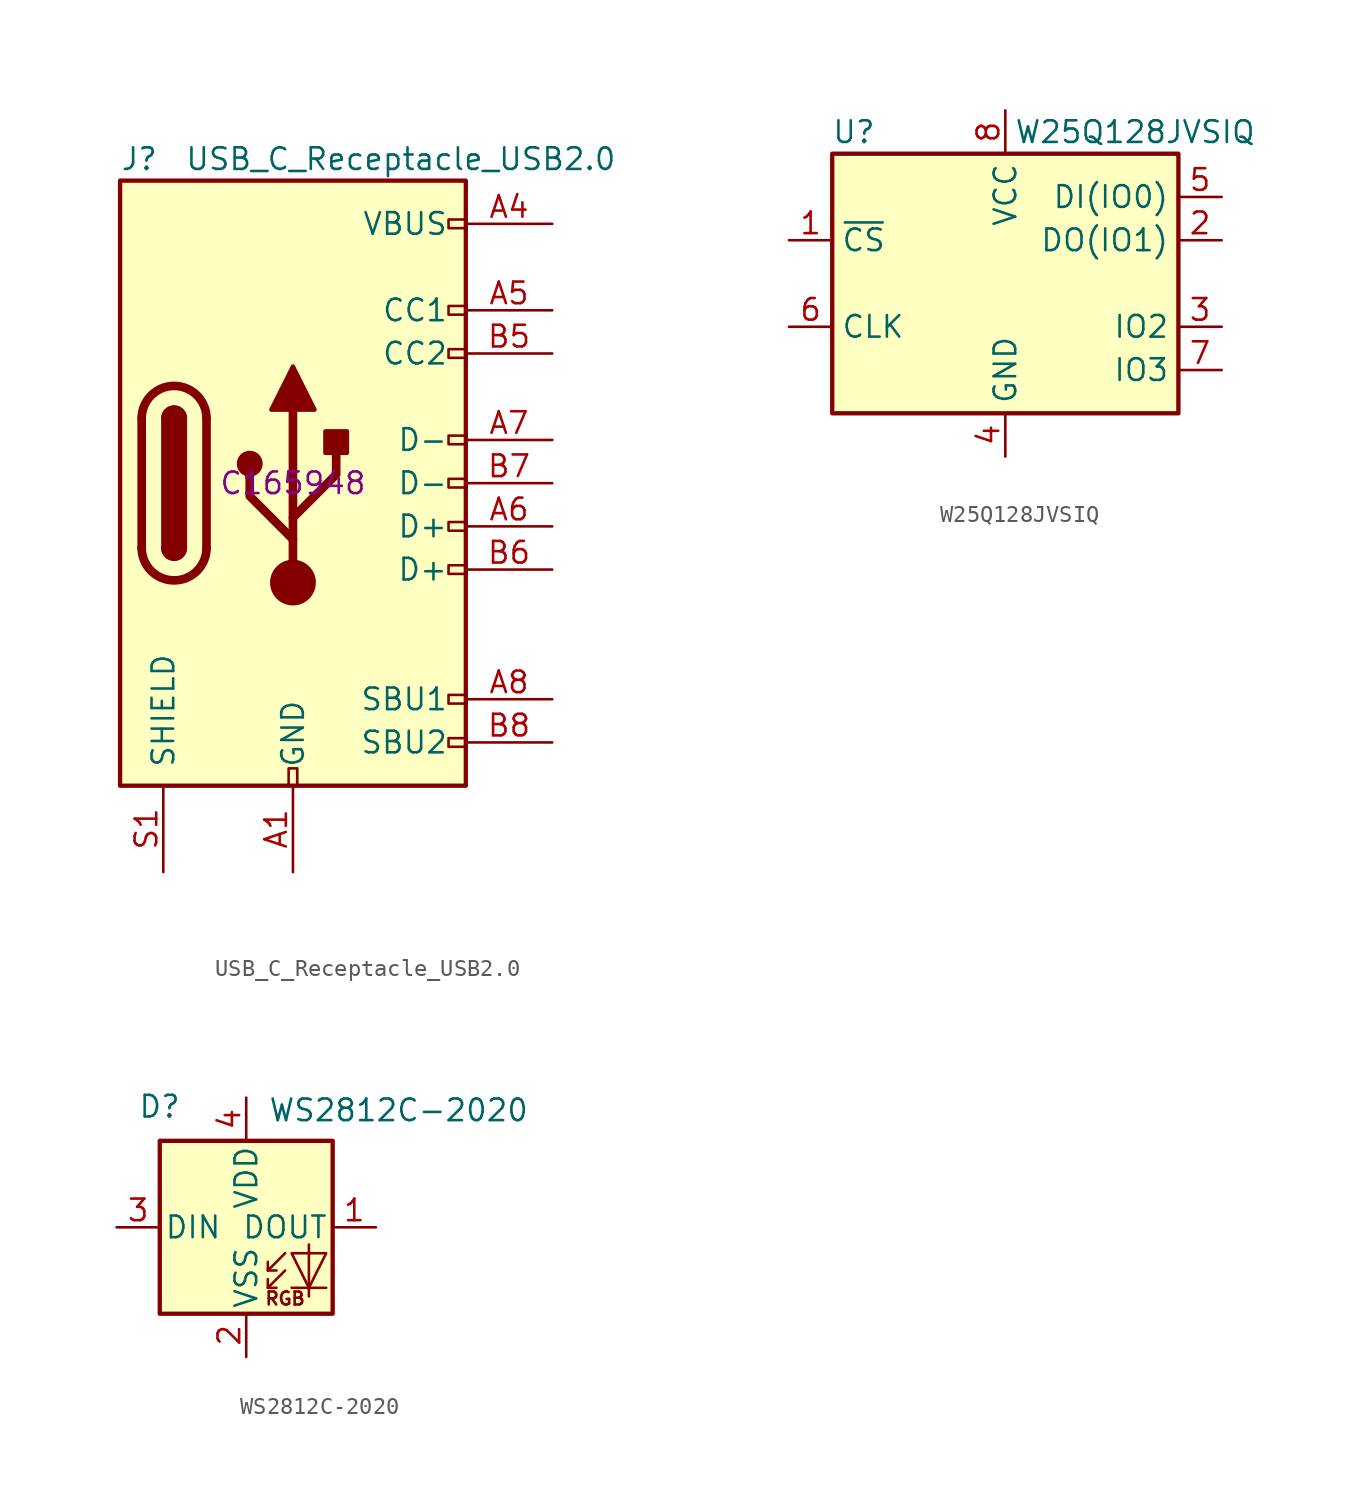
<source format=kicad_sym>
(kicad_symbol_lib
  (version 20241209)
  (generator "kicad_symbol_editor")
  (generator_version "9.0")
  (symbol "USB_C_Receptacle_USB2.0"
    (pin_names
      (offset 1.016))
    (property "Reference" "J"
      (at -10.16 19.05 0)
      (effects (font (size 1.27 1.27)) (justify left)))
    (property "Value" "USB_C_Receptacle_USB2.0"
      (at 19.05 19.05 0)
      (effects (font (size 1.27 1.27)) (justify right)))
    (property "LCSC" "C165948"
      (at 0 0 0)
      (effects (font (size 1.27 1.27))))
    (symbol "USB_C_Receptacle_USB2.0_0_0"
      (rectangle (start -0.254 -17.78) (end 0.254 -16.764) (stroke (width 0) (type default)) (fill (type none)))
      (rectangle (start 10.16 15.494) (end 9.144 14.986) (stroke (width 0) (type default)) (fill (type none)))
      (rectangle (start 10.16 10.414) (end 9.144 9.906) (stroke (width 0) (type default)) (fill (type none)))
      (rectangle (start 10.16 7.874) (end 9.144 7.366) (stroke (width 0) (type default)) (fill (type none)))
      (rectangle (start 10.16 2.794) (end 9.144 2.286) (stroke (width 0) (type default)) (fill (type none)))
      (rectangle (start 10.16 0.254) (end 9.144 -0.254) (stroke (width 0) (type default)) (fill (type none)))
      (rectangle (start 10.16 -2.286) (end 9.144 -2.794) (stroke (width 0) (type default)) (fill (type none)))
      (rectangle (start 10.16 -4.826) (end 9.144 -5.334) (stroke (width 0) (type default)) (fill (type none)))
      (rectangle (start 10.16 -12.446) (end 9.144 -12.954) (stroke (width 0) (type default)) (fill (type none)))
      (rectangle (start 10.16 -14.986) (end 9.144 -15.494) (stroke (width 0) (type default)) (fill (type none))))
    (symbol "USB_C_Receptacle_USB2.0_0_1"
      (rectangle (start -10.16 17.78) (end 10.16 -17.78) (stroke (width 0.254) (type default)) (fill (type background)))
      (polyline (pts (xy -8.89 -3.81) (xy -8.89 3.81)) (stroke (width 0.508) (type default)) (fill (type none)))
      (rectangle (start -7.62 -3.81) (end -6.35 3.81) (stroke (width 0.254) (type default)) (fill (type outline)))
      (arc (start -7.62 3.81) (mid -6.985 4.4423) (end -6.35 3.81) (stroke (width 0.254) (type default)) (fill (type none)))
      (arc (start -7.62 3.81) (mid -6.985 4.4423) (end -6.35 3.81) (stroke (width 0.254) (type default)) (fill (type outline)))
      (arc (start -8.89 3.81) (mid -6.985 5.7067) (end -5.08 3.81) (stroke (width 0.508) (type default)) (fill (type none)))
      (arc (start -5.08 -3.81) (mid -6.985 -5.7067) (end -8.89 -3.81) (stroke (width 0.508) (type default)) (fill (type none)))
      (arc (start -6.35 -3.81) (mid -6.985 -4.4423) (end -7.62 -3.81) (stroke (width 0.254) (type default)) (fill (type none)))
      (arc (start -6.35 -3.81) (mid -6.985 -4.4423) (end -7.62 -3.81) (stroke (width 0.254) (type default)) (fill (type outline)))
      (polyline (pts (xy -5.08 3.81) (xy -5.08 -3.81)) (stroke (width 0.508) (type default)) (fill (type none)))
      (circle (center -2.54 1.143) (radius 0.635) (stroke (width 0.254) (type default)) (fill (type outline)))
      (polyline (pts (xy -1.27 4.318) (xy 0 6.858) (xy 1.27 4.318) (xy -1.27 4.318)) (stroke (width 0.254) (type default)) (fill (type outline)))
      (polyline (pts (xy 0 -2.032) (xy 2.54 0.508) (xy 2.54 1.778)) (stroke (width 0.508) (type default)) (fill (type none)))
      (polyline (pts (xy 0 -3.302) (xy -2.54 -0.762) (xy -2.54 0.508)) (stroke (width 0.508) (type default)) (fill (type none)))
      (polyline (pts (xy 0 -5.842) (xy 0 4.318)) (stroke (width 0.508) (type default)) (fill (type none)))
      (circle (center 0 -5.842) (radius 1.27) (stroke (width 0) (type default)) (fill (type outline)))
      (rectangle (start 1.905 1.778) (end 3.175 3.048) (stroke (width 0.254) (type default)) (fill (type outline))))
    (symbol "USB_C_Receptacle_USB2.0_1_1"
      (pin passive line (at -7.62 -22.86 90) (length 5.08) (name "SHIELD" (effects (font (size 1.27 1.27)))) (number "S1" (effects (font (size 1.27 1.27)))))
      (pin passive line (at 0 -22.86 90) (length 5.08) (name "GND" (effects (font (size 1.27 1.27)))) (number "A1" (effects (font (size 1.27 1.27)))))
      (pin passive line (at 0 -22.86 90) (length 5.08) (hide yes) (name "GND" (effects (font (size 1.27 1.27)))) (number "A12" (effects (font (size 1.27 1.27)))))
      (pin passive line (at 0 -22.86 90) (length 5.08) (hide yes) (name "GND" (effects (font (size 1.27 1.27)))) (number "B1" (effects (font (size 1.27 1.27)))))
      (pin passive line (at 0 -22.86 90) (length 5.08) (hide yes) (name "GND" (effects (font (size 1.27 1.27)))) (number "B12" (effects (font (size 1.27 1.27)))))
      (pin passive line (at 15.24 15.24 180) (length 5.08) (name "VBUS" (effects (font (size 1.27 1.27)))) (number "A4" (effects (font (size 1.27 1.27)))))
      (pin passive line (at 15.24 15.24 180) (length 5.08) (hide yes) (name "VBUS" (effects (font (size 1.27 1.27)))) (number "A9" (effects (font (size 1.27 1.27)))))
      (pin passive line (at 15.24 15.24 180) (length 5.08) (hide yes) (name "VBUS" (effects (font (size 1.27 1.27)))) (number "B4" (effects (font (size 1.27 1.27)))))
      (pin passive line (at 15.24 15.24 180) (length 5.08) (hide yes) (name "VBUS" (effects (font (size 1.27 1.27)))) (number "B9" (effects (font (size 1.27 1.27)))))
      (pin bidirectional line (at 15.24 10.16 180) (length 5.08) (name "CC1" (effects (font (size 1.27 1.27)))) (number "A5" (effects (font (size 1.27 1.27)))))
      (pin bidirectional line (at 15.24 7.62 180) (length 5.08) (name "CC2" (effects (font (size 1.27 1.27)))) (number "B5" (effects (font (size 1.27 1.27)))))
      (pin bidirectional line (at 15.24 2.54 180) (length 5.08) (name "D-" (effects (font (size 1.27 1.27)))) (number "A7" (effects (font (size 1.27 1.27)))))
      (pin bidirectional line (at 15.24 0 180) (length 5.08) (name "D-" (effects (font (size 1.27 1.27)))) (number "B7" (effects (font (size 1.27 1.27)))))
      (pin bidirectional line (at 15.24 -2.54 180) (length 5.08) (name "D+" (effects (font (size 1.27 1.27)))) (number "A6" (effects (font (size 1.27 1.27)))))
      (pin bidirectional line (at 15.24 -5.08 180) (length 5.08) (name "D+" (effects (font (size 1.27 1.27)))) (number "B6" (effects (font (size 1.27 1.27)))))
      (pin bidirectional line (at 15.24 -12.7 180) (length 5.08) (name "SBU1" (effects (font (size 1.27 1.27)))) (number "A8" (effects (font (size 1.27 1.27)))))
      (pin bidirectional line (at 15.24 -15.24 180) (length 5.08) (name "SBU2" (effects (font (size 1.27 1.27)))) (number "B8" (effects (font (size 1.27 1.27)))))))
  (symbol "W25Q128JVSIQ"
    (property "Reference" "U"
      (at -8.89 8.89 0)
      (effects (font (size 1.27 1.27))))
    (property "Value" "W25Q128JVSIQ"
      (at 7.62 8.89 0)
      (effects (font (size 1.27 1.27))))
    (symbol "W25Q128JVSIQ_0_1"
      (rectangle (start -10.16 7.62) (end 10.16 -7.62) (stroke (width 0.254) (type default)) (fill (type background))))
    (symbol "W25Q128JVSIQ_1_1"
      (pin input line (at -12.7 2.54 0) (length 2.54) (name "~{CS}" (effects (font (size 1.27 1.27)))) (number "1" (effects (font (size 1.27 1.27)))))
      (pin input line (at -12.7 -2.54 0) (length 2.54) (name "CLK" (effects (font (size 1.27 1.27)))) (number "6" (effects (font (size 1.27 1.27)))))
      (pin power_in line (at 0 10.16 270) (length 2.54) (name "VCC" (effects (font (size 1.27 1.27)))) (number "8" (effects (font (size 1.27 1.27)))))
      (pin power_in line (at 0 -10.16 90) (length 2.54) (name "GND" (effects (font (size 1.27 1.27)))) (number "4" (effects (font (size 1.27 1.27)))))
      (pin bidirectional line (at 12.7 5.08 180) (length 2.54) (name "DI(IO0)" (effects (font (size 1.27 1.27)))) (number "5" (effects (font (size 1.27 1.27)))))
      (pin bidirectional line (at 12.7 2.54 180) (length 2.54) (name "DO(IO1)" (effects (font (size 1.27 1.27)))) (number "2" (effects (font (size 1.27 1.27)))))
      (pin bidirectional line (at 12.7 -2.54 180) (length 2.54) (name "IO2" (effects (font (size 1.27 1.27)))) (number "3" (effects (font (size 1.27 1.27)))))
      (pin bidirectional line (at 12.7 -5.08 180) (length 2.54) (name "IO3" (effects (font (size 1.27 1.27)))) (number "7" (effects (font (size 1.27 1.27)))))))
  (symbol "WS2812C-2020"
    (pin_names
      (offset 0.254))
    (property "Reference" "D"
      (at -3.81 6.35 0)
      (effects (font (size 1.27 1.27)) (justify right bottom)))
    (property "Value" "WS2812C-2020"
      (at 1.27 7.62 0)
      (effects (font (size 1.27 1.27)) (justify left top)))
    (symbol "WS2812C-2020_0_0"
      (text "RGB" (at 2.286 -4.191 0) (effects (font (size 0.762 0.762)))))
    (symbol "WS2812C-2020_0_1"
      (polyline (pts (xy 1.27 -2.54) (xy 1.778 -2.54)) (stroke (width 0) (type default)) (fill (type none)))
      (polyline (pts (xy 1.27 -3.556) (xy 1.778 -3.556)) (stroke (width 0) (type default)) (fill (type none)))
      (polyline (pts (xy 2.286 -1.524) (xy 1.27 -2.54) (xy 1.27 -2.032)) (stroke (width 0) (type default)) (fill (type none)))
      (polyline (pts (xy 2.286 -2.54) (xy 1.27 -3.556) (xy 1.27 -3.048)) (stroke (width 0) (type default)) (fill (type none)))
      (polyline (pts (xy 3.683 -1.016) (xy 3.683 -3.556) (xy 3.683 -4.064)) (stroke (width 0) (type default)) (fill (type none)))
      (polyline (pts (xy 4.699 -1.524) (xy 2.667 -1.524) (xy 3.683 -3.556) (xy 4.699 -1.524)) (stroke (width 0) (type default)) (fill (type none)))
      (polyline (pts (xy 4.699 -3.556) (xy 2.667 -3.556)) (stroke (width 0) (type default)) (fill (type none)))
      (rectangle (start 5.08 5.08) (end -5.08 -5.08) (stroke (width 0.254) (type default)) (fill (type background))))
    (symbol "WS2812C-2020_1_1"
      (pin input line (at -7.62 0 0) (length 2.54) (name "DIN" (effects (font (size 1.27 1.27)))) (number "3" (effects (font (size 1.27 1.27)))))
      (pin power_in line (at 0 7.62 270) (length 2.54) (name "VDD" (effects (font (size 1.27 1.27)))) (number "4" (effects (font (size 1.27 1.27)))))
      (pin power_in line (at 0 -7.62 90) (length 2.54) (name "VSS" (effects (font (size 1.27 1.27)))) (number "2" (effects (font (size 1.27 1.27)))))
      (pin output line (at 7.62 0 180) (length 2.54) (name "DOUT" (effects (font (size 1.27 1.27)))) (number "1" (effects (font (size 1.27 1.27))))))))
</source>
